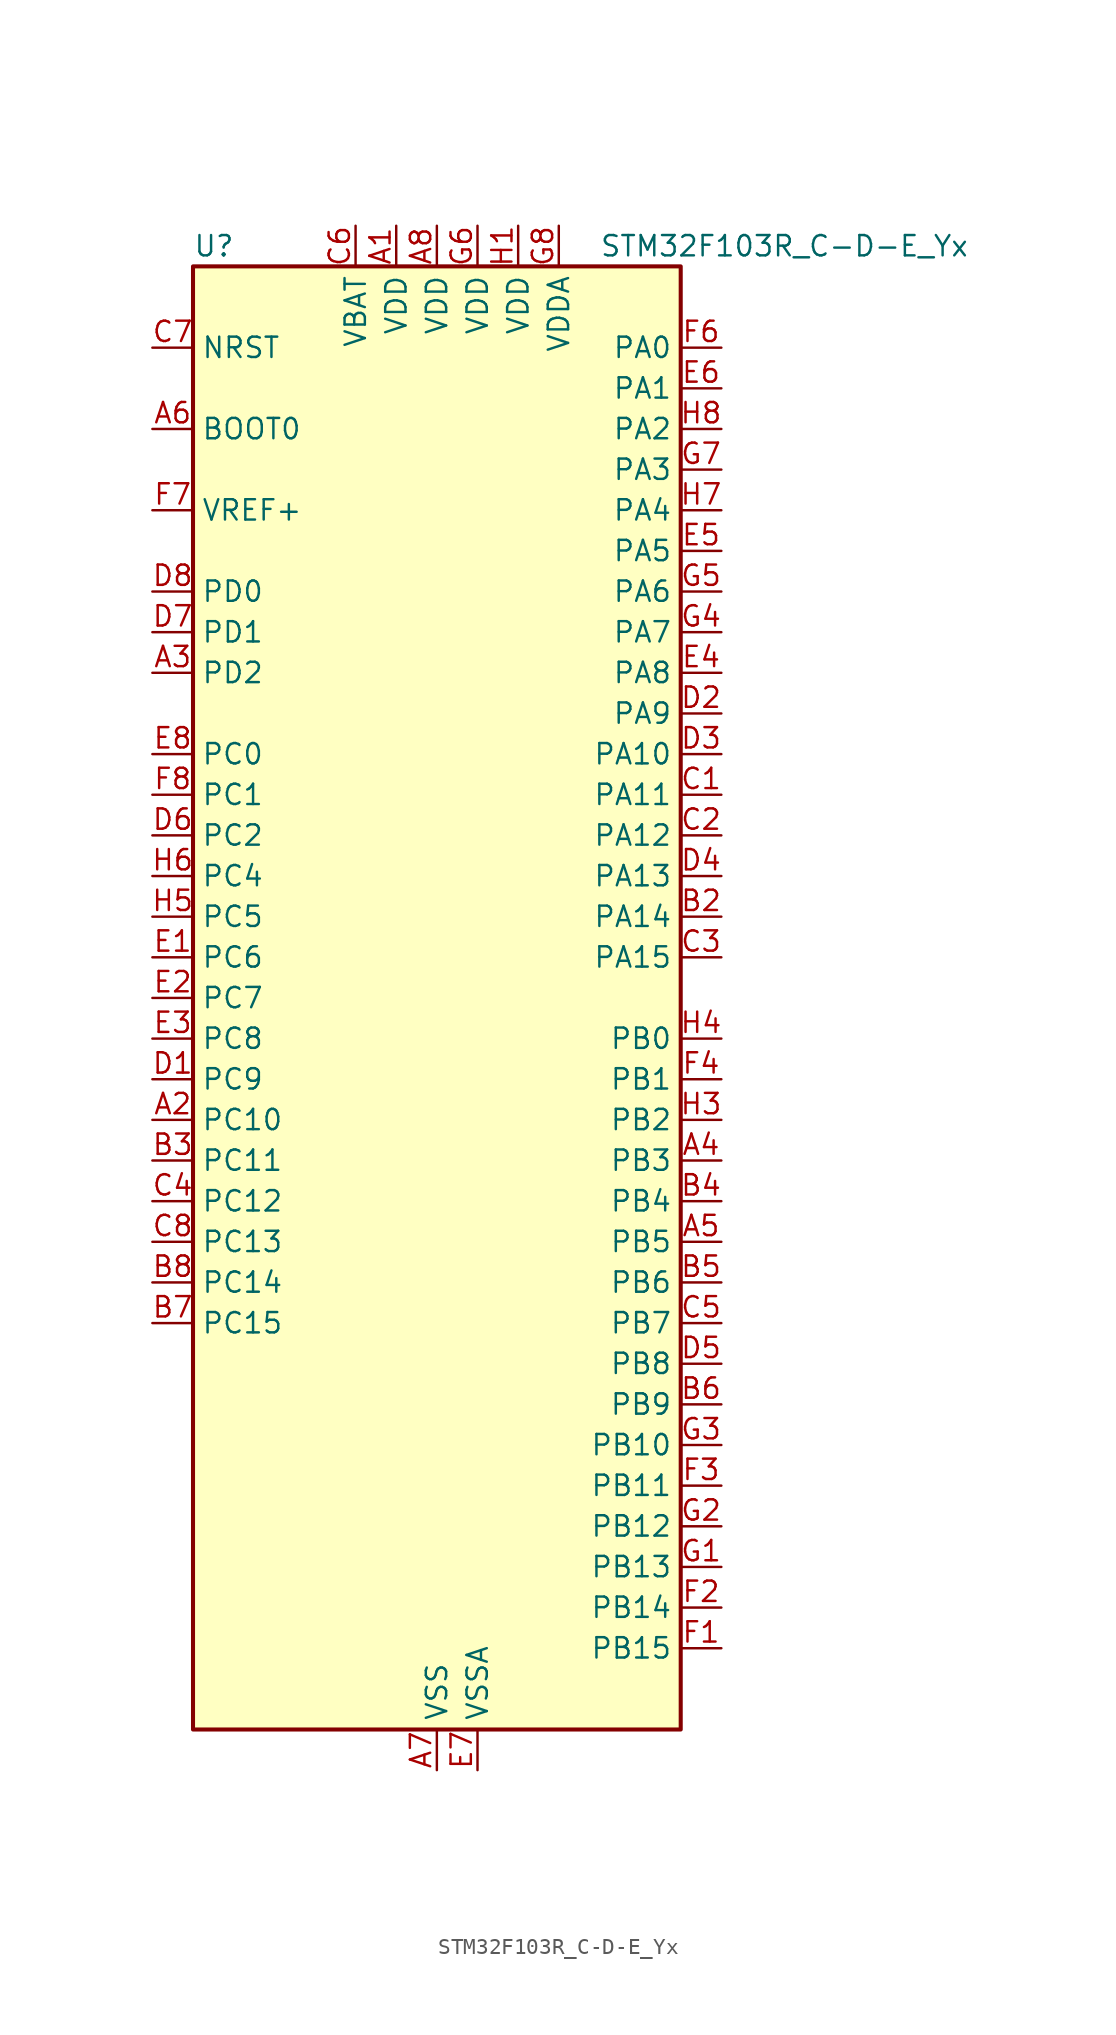
<source format=kicad_sym>
(kicad_symbol_lib
  (version 20241209)
  (generator "kicad_symbol_editor")
  (generator_version "9.0")
  (symbol "STM32F103R_C-D-E_Yx"
    (property "Reference" "U"
      (at -15.24 46.99 0)
      (effects (font (size 1.27 1.27)) (justify left)))
    (property "Value" "STM32F103R_C-D-E_Yx"
      (at 10.16 46.99 0)
      (effects (font (size 1.27 1.27)) (justify left)))
    (symbol "STM32F103R_C-D-E_Yx_0_1"
      (rectangle (start -15.24 -45.72) (end 15.24 45.72) (stroke (width 0.254) (type default)) (fill (type background))))
    (symbol "STM32F103R_C-D-E_Yx_1_1"
      (pin input line (at -17.78 40.64 0) (length 2.54) (name "NRST" (effects (font (size 1.27 1.27)))) (number "C7" (effects (font (size 1.27 1.27)))))
      (pin input line (at -17.78 35.56 0) (length 2.54) (name "BOOT0" (effects (font (size 1.27 1.27)))) (number "A6" (effects (font (size 1.27 1.27)))))
      (pin input line (at -17.78 30.48 0) (length 2.54) (name "VREF+" (effects (font (size 1.27 1.27)))) (number "F7" (effects (font (size 1.27 1.27)))))
      (pin bidirectional line (at -17.78 25.4 0) (length 2.54) (name "PD0" (effects (font (size 1.27 1.27)))) (number "D8" (effects (font (size 1.27 1.27)))) (alternate "RCC_OSC_IN" bidirectional line))
      (pin bidirectional line (at -17.78 22.86 0) (length 2.54) (name "PD1" (effects (font (size 1.27 1.27)))) (number "D7" (effects (font (size 1.27 1.27)))) (alternate "RCC_OSC_OUT" bidirectional line))
      (pin bidirectional line (at -17.78 20.32 0) (length 2.54) (name "PD2" (effects (font (size 1.27 1.27)))) (number "A3" (effects (font (size 1.27 1.27)))) (alternate "SDIO_CMD" bidirectional line) (alternate "TIM3_ETR" bidirectional line) (alternate "UART5_RX" bidirectional line))
      (pin bidirectional line (at -17.78 15.24 0) (length 2.54) (name "PC0" (effects (font (size 1.27 1.27)))) (number "E8" (effects (font (size 1.27 1.27)))) (alternate "ADC1_IN10" bidirectional line) (alternate "ADC2_IN10" bidirectional line) (alternate "ADC3_IN10" bidirectional line))
      (pin bidirectional line (at -17.78 12.7 0) (length 2.54) (name "PC1" (effects (font (size 1.27 1.27)))) (number "F8" (effects (font (size 1.27 1.27)))) (alternate "ADC1_IN11" bidirectional line) (alternate "ADC2_IN11" bidirectional line) (alternate "ADC3_IN11" bidirectional line))
      (pin bidirectional line (at -17.78 10.16 0) (length 2.54) (name "PC2" (effects (font (size 1.27 1.27)))) (number "D6" (effects (font (size 1.27 1.27)))) (alternate "ADC1_IN12" bidirectional line) (alternate "ADC2_IN12" bidirectional line) (alternate "ADC3_IN12" bidirectional line))
      (pin bidirectional line (at -17.78 7.62 0) (length 2.54) (name "PC4" (effects (font (size 1.27 1.27)))) (number "H6" (effects (font (size 1.27 1.27)))) (alternate "ADC1_IN14" bidirectional line) (alternate "ADC2_IN14" bidirectional line))
      (pin bidirectional line (at -17.78 5.08 0) (length 2.54) (name "PC5" (effects (font (size 1.27 1.27)))) (number "H5" (effects (font (size 1.27 1.27)))) (alternate "ADC1_IN15" bidirectional line) (alternate "ADC2_IN15" bidirectional line))
      (pin bidirectional line (at -17.78 2.54 0) (length 2.54) (name "PC6" (effects (font (size 1.27 1.27)))) (number "E1" (effects (font (size 1.27 1.27)))) (alternate "I2S2_MCK" bidirectional line) (alternate "SDIO_D6" bidirectional line) (alternate "TIM3_CH1" bidirectional line) (alternate "TIM8_CH1" bidirectional line))
      (pin bidirectional line (at -17.78 0 0) (length 2.54) (name "PC7" (effects (font (size 1.27 1.27)))) (number "E2" (effects (font (size 1.27 1.27)))) (alternate "I2S3_MCK" bidirectional line) (alternate "SDIO_D7" bidirectional line) (alternate "TIM3_CH2" bidirectional line) (alternate "TIM8_CH2" bidirectional line))
      (pin bidirectional line (at -17.78 -2.54 0) (length 2.54) (name "PC8" (effects (font (size 1.27 1.27)))) (number "E3" (effects (font (size 1.27 1.27)))) (alternate "SDIO_D0" bidirectional line) (alternate "TIM3_CH3" bidirectional line) (alternate "TIM8_CH3" bidirectional line))
      (pin bidirectional line (at -17.78 -5.08 0) (length 2.54) (name "PC9" (effects (font (size 1.27 1.27)))) (number "D1" (effects (font (size 1.27 1.27)))) (alternate "DAC_EXTI9" bidirectional line) (alternate "SDIO_D1" bidirectional line) (alternate "TIM3_CH4" bidirectional line) (alternate "TIM8_CH4" bidirectional line))
      (pin bidirectional line (at -17.78 -7.62 0) (length 2.54) (name "PC10" (effects (font (size 1.27 1.27)))) (number "A2" (effects (font (size 1.27 1.27)))) (alternate "SDIO_D2" bidirectional line) (alternate "UART4_TX" bidirectional line) (alternate "USART3_TX" bidirectional line))
      (pin bidirectional line (at -17.78 -10.16 0) (length 2.54) (name "PC11" (effects (font (size 1.27 1.27)))) (number "B3" (effects (font (size 1.27 1.27)))) (alternate "ADC1_EXTI11" bidirectional line) (alternate "ADC2_EXTI11" bidirectional line) (alternate "SDIO_D3" bidirectional line) (alternate "UART4_RX" bidirectional line) (alternate "USART3_RX" bidirectional line))
      (pin bidirectional line (at -17.78 -12.7 0) (length 2.54) (name "PC12" (effects (font (size 1.27 1.27)))) (number "C4" (effects (font (size 1.27 1.27)))) (alternate "SDIO_CK" bidirectional line) (alternate "UART5_TX" bidirectional line) (alternate "USART3_CK" bidirectional line))
      (pin bidirectional line (at -17.78 -15.24 0) (length 2.54) (name "PC13" (effects (font (size 1.27 1.27)))) (number "C8" (effects (font (size 1.27 1.27)))) (alternate "RTC_OUT" bidirectional line) (alternate "RTC_TAMPER" bidirectional line))
      (pin bidirectional line (at -17.78 -17.78 0) (length 2.54) (name "PC14" (effects (font (size 1.27 1.27)))) (number "B8" (effects (font (size 1.27 1.27)))) (alternate "RCC_OSC32_IN" bidirectional line))
      (pin bidirectional line (at -17.78 -20.32 0) (length 2.54) (name "PC15" (effects (font (size 1.27 1.27)))) (number "B7" (effects (font (size 1.27 1.27)))) (alternate "ADC1_EXTI15" bidirectional line) (alternate "ADC2_EXTI15" bidirectional line) (alternate "RCC_OSC32_OUT" bidirectional line))
      (pin power_in line (at -5.08 48.26 270) (length 2.54) (name "VBAT" (effects (font (size 1.27 1.27)))) (number "C6" (effects (font (size 1.27 1.27)))))
      (pin power_in line (at -2.54 48.26 270) (length 2.54) (name "VDD" (effects (font (size 1.27 1.27)))) (number "A1" (effects (font (size 1.27 1.27)))))
      (pin power_in line (at 0 48.26 270) (length 2.54) (name "VDD" (effects (font (size 1.27 1.27)))) (number "A8" (effects (font (size 1.27 1.27)))))
      (pin power_in line (at 0 -48.26 90) (length 2.54) (name "VSS" (effects (font (size 1.27 1.27)))) (number "A7" (effects (font (size 1.27 1.27)))))
      (pin passive line (at 0 -48.26 90) (length 2.54) (hide yes) (name "VSS" (effects (font (size 1.27 1.27)))) (number "B1" (effects (font (size 1.27 1.27)))))
      (pin passive line (at 0 -48.26 90) (length 2.54) (hide yes) (name "VSS" (effects (font (size 1.27 1.27)))) (number "F5" (effects (font (size 1.27 1.27)))))
      (pin passive line (at 0 -48.26 90) (length 2.54) (hide yes) (name "VSS" (effects (font (size 1.27 1.27)))) (number "H2" (effects (font (size 1.27 1.27)))))
      (pin power_in line (at 2.54 48.26 270) (length 2.54) (name "VDD" (effects (font (size 1.27 1.27)))) (number "G6" (effects (font (size 1.27 1.27)))))
      (pin power_in line (at 2.54 -48.26 90) (length 2.54) (name "VSSA" (effects (font (size 1.27 1.27)))) (number "E7" (effects (font (size 1.27 1.27)))))
      (pin power_in line (at 5.08 48.26 270) (length 2.54) (name "VDD" (effects (font (size 1.27 1.27)))) (number "H1" (effects (font (size 1.27 1.27)))))
      (pin power_in line (at 7.62 48.26 270) (length 2.54) (name "VDDA" (effects (font (size 1.27 1.27)))) (number "G8" (effects (font (size 1.27 1.27)))))
      (pin bidirectional line (at 17.78 40.64 180) (length 2.54) (name "PA0" (effects (font (size 1.27 1.27)))) (number "F6" (effects (font (size 1.27 1.27)))) (alternate "ADC1_IN0" bidirectional line) (alternate "ADC2_IN0" bidirectional line) (alternate "ADC3_IN0" bidirectional line) (alternate "SYS_WKUP" bidirectional line) (alternate "TIM2_CH1" bidirectional line) (alternate "TIM2_ETR" bidirectional line) (alternate "TIM5_CH1" bidirectional line) (alternate "TIM8_ETR" bidirectional line) (alternate "USART2_CTS" bidirectional line))
      (pin bidirectional line (at 17.78 38.1 180) (length 2.54) (name "PA1" (effects (font (size 1.27 1.27)))) (number "E6" (effects (font (size 1.27 1.27)))) (alternate "ADC1_IN1" bidirectional line) (alternate "ADC2_IN1" bidirectional line) (alternate "ADC3_IN1" bidirectional line) (alternate "TIM2_CH2" bidirectional line) (alternate "TIM5_CH2" bidirectional line) (alternate "USART2_RTS" bidirectional line))
      (pin bidirectional line (at 17.78 35.56 180) (length 2.54) (name "PA2" (effects (font (size 1.27 1.27)))) (number "H8" (effects (font (size 1.27 1.27)))) (alternate "ADC1_IN2" bidirectional line) (alternate "ADC2_IN2" bidirectional line) (alternate "ADC3_IN2" bidirectional line) (alternate "TIM2_CH3" bidirectional line) (alternate "TIM5_CH3" bidirectional line) (alternate "USART2_TX" bidirectional line))
      (pin bidirectional line (at 17.78 33.02 180) (length 2.54) (name "PA3" (effects (font (size 1.27 1.27)))) (number "G7" (effects (font (size 1.27 1.27)))) (alternate "ADC1_IN3" bidirectional line) (alternate "ADC2_IN3" bidirectional line) (alternate "ADC3_IN3" bidirectional line) (alternate "TIM2_CH4" bidirectional line) (alternate "TIM5_CH4" bidirectional line) (alternate "USART2_RX" bidirectional line))
      (pin bidirectional line (at 17.78 30.48 180) (length 2.54) (name "PA4" (effects (font (size 1.27 1.27)))) (number "H7" (effects (font (size 1.27 1.27)))) (alternate "ADC1_IN4" bidirectional line) (alternate "ADC2_IN4" bidirectional line) (alternate "DAC_OUT1" bidirectional line) (alternate "SPI1_NSS" bidirectional line) (alternate "USART2_CK" bidirectional line))
      (pin bidirectional line (at 17.78 27.94 180) (length 2.54) (name "PA5" (effects (font (size 1.27 1.27)))) (number "E5" (effects (font (size 1.27 1.27)))) (alternate "ADC1_IN5" bidirectional line) (alternate "ADC2_IN5" bidirectional line) (alternate "DAC_OUT2" bidirectional line) (alternate "SPI1_SCK" bidirectional line))
      (pin bidirectional line (at 17.78 25.4 180) (length 2.54) (name "PA6" (effects (font (size 1.27 1.27)))) (number "G5" (effects (font (size 1.27 1.27)))) (alternate "ADC1_IN6" bidirectional line) (alternate "ADC2_IN6" bidirectional line) (alternate "SPI1_MISO" bidirectional line) (alternate "TIM1_BKIN" bidirectional line) (alternate "TIM3_CH1" bidirectional line) (alternate "TIM8_BKIN" bidirectional line))
      (pin bidirectional line (at 17.78 22.86 180) (length 2.54) (name "PA7" (effects (font (size 1.27 1.27)))) (number "G4" (effects (font (size 1.27 1.27)))) (alternate "ADC1_IN7" bidirectional line) (alternate "ADC2_IN7" bidirectional line) (alternate "SPI1_MOSI" bidirectional line) (alternate "TIM1_CH1N" bidirectional line) (alternate "TIM3_CH2" bidirectional line) (alternate "TIM8_CH1N" bidirectional line))
      (pin bidirectional line (at 17.78 20.32 180) (length 2.54) (name "PA8" (effects (font (size 1.27 1.27)))) (number "E4" (effects (font (size 1.27 1.27)))) (alternate "RCC_MCO" bidirectional line) (alternate "TIM1_CH1" bidirectional line) (alternate "USART1_CK" bidirectional line))
      (pin bidirectional line (at 17.78 17.78 180) (length 2.54) (name "PA9" (effects (font (size 1.27 1.27)))) (number "D2" (effects (font (size 1.27 1.27)))) (alternate "DAC_EXTI9" bidirectional line) (alternate "TIM1_CH2" bidirectional line) (alternate "USART1_TX" bidirectional line))
      (pin bidirectional line (at 17.78 15.24 180) (length 2.54) (name "PA10" (effects (font (size 1.27 1.27)))) (number "D3" (effects (font (size 1.27 1.27)))) (alternate "TIM1_CH3" bidirectional line) (alternate "USART1_RX" bidirectional line))
      (pin bidirectional line (at 17.78 12.7 180) (length 2.54) (name "PA11" (effects (font (size 1.27 1.27)))) (number "C1" (effects (font (size 1.27 1.27)))) (alternate "ADC1_EXTI11" bidirectional line) (alternate "ADC2_EXTI11" bidirectional line) (alternate "CAN_RX" bidirectional line) (alternate "TIM1_CH4" bidirectional line) (alternate "USART1_CTS" bidirectional line) (alternate "USB_DM" bidirectional line))
      (pin bidirectional line (at 17.78 10.16 180) (length 2.54) (name "PA12" (effects (font (size 1.27 1.27)))) (number "C2" (effects (font (size 1.27 1.27)))) (alternate "CAN_TX" bidirectional line) (alternate "TIM1_ETR" bidirectional line) (alternate "USART1_RTS" bidirectional line) (alternate "USB_DP" bidirectional line))
      (pin bidirectional line (at 17.78 7.62 180) (length 2.54) (name "PA13" (effects (font (size 1.27 1.27)))) (number "D4" (effects (font (size 1.27 1.27)))) (alternate "SYS_JTMS-SWDIO" bidirectional line))
      (pin bidirectional line (at 17.78 5.08 180) (length 2.54) (name "PA14" (effects (font (size 1.27 1.27)))) (number "B2" (effects (font (size 1.27 1.27)))) (alternate "SYS_JTCK-SWCLK" bidirectional line))
      (pin bidirectional line (at 17.78 2.54 180) (length 2.54) (name "PA15" (effects (font (size 1.27 1.27)))) (number "C3" (effects (font (size 1.27 1.27)))) (alternate "ADC1_EXTI15" bidirectional line) (alternate "ADC2_EXTI15" bidirectional line) (alternate "I2S3_WS" bidirectional line) (alternate "SPI1_NSS" bidirectional line) (alternate "SPI3_NSS" bidirectional line) (alternate "SYS_JTDI" bidirectional line) (alternate "TIM2_CH1" bidirectional line) (alternate "TIM2_ETR" bidirectional line))
      (pin bidirectional line (at 17.78 -2.54 180) (length 2.54) (name "PB0" (effects (font (size 1.27 1.27)))) (number "H4" (effects (font (size 1.27 1.27)))) (alternate "ADC1_IN8" bidirectional line) (alternate "ADC2_IN8" bidirectional line) (alternate "TIM1_CH2N" bidirectional line) (alternate "TIM3_CH3" bidirectional line) (alternate "TIM8_CH2N" bidirectional line))
      (pin bidirectional line (at 17.78 -5.08 180) (length 2.54) (name "PB1" (effects (font (size 1.27 1.27)))) (number "F4" (effects (font (size 1.27 1.27)))) (alternate "ADC1_IN9" bidirectional line) (alternate "ADC2_IN9" bidirectional line) (alternate "TIM1_CH3N" bidirectional line) (alternate "TIM3_CH4" bidirectional line) (alternate "TIM8_CH3N" bidirectional line))
      (pin bidirectional line (at 17.78 -7.62 180) (length 2.54) (name "PB2" (effects (font (size 1.27 1.27)))) (number "H3" (effects (font (size 1.27 1.27)))))
      (pin bidirectional line (at 17.78 -10.16 180) (length 2.54) (name "PB3" (effects (font (size 1.27 1.27)))) (number "A4" (effects (font (size 1.27 1.27)))) (alternate "I2S3_CK" bidirectional line) (alternate "SPI1_SCK" bidirectional line) (alternate "SPI3_SCK" bidirectional line) (alternate "SYS_JTDO-TRACESWO" bidirectional line) (alternate "TIM2_CH2" bidirectional line))
      (pin bidirectional line (at 17.78 -12.7 180) (length 2.54) (name "PB4" (effects (font (size 1.27 1.27)))) (number "B4" (effects (font (size 1.27 1.27)))) (alternate "SPI1_MISO" bidirectional line) (alternate "SPI3_MISO" bidirectional line) (alternate "SYS_NJTRST" bidirectional line) (alternate "TIM3_CH1" bidirectional line))
      (pin bidirectional line (at 17.78 -15.24 180) (length 2.54) (name "PB5" (effects (font (size 1.27 1.27)))) (number "A5" (effects (font (size 1.27 1.27)))) (alternate "I2C1_SMBA" bidirectional line) (alternate "I2S3_SD" bidirectional line) (alternate "SPI1_MOSI" bidirectional line) (alternate "SPI3_MOSI" bidirectional line) (alternate "TIM3_CH2" bidirectional line))
      (pin bidirectional line (at 17.78 -17.78 180) (length 2.54) (name "PB6" (effects (font (size 1.27 1.27)))) (number "B5" (effects (font (size 1.27 1.27)))) (alternate "I2C1_SCL" bidirectional line) (alternate "TIM4_CH1" bidirectional line) (alternate "USART1_TX" bidirectional line))
      (pin bidirectional line (at 17.78 -20.32 180) (length 2.54) (name "PB7" (effects (font (size 1.27 1.27)))) (number "C5" (effects (font (size 1.27 1.27)))) (alternate "I2C1_SDA" bidirectional line) (alternate "TIM4_CH2" bidirectional line) (alternate "USART1_RX" bidirectional line))
      (pin bidirectional line (at 17.78 -22.86 180) (length 2.54) (name "PB8" (effects (font (size 1.27 1.27)))) (number "D5" (effects (font (size 1.27 1.27)))) (alternate "CAN_RX" bidirectional line) (alternate "I2C1_SCL" bidirectional line) (alternate "SDIO_D4" bidirectional line) (alternate "TIM4_CH3" bidirectional line))
      (pin bidirectional line (at 17.78 -25.4 180) (length 2.54) (name "PB9" (effects (font (size 1.27 1.27)))) (number "B6" (effects (font (size 1.27 1.27)))) (alternate "CAN_TX" bidirectional line) (alternate "DAC_EXTI9" bidirectional line) (alternate "I2C1_SDA" bidirectional line) (alternate "SDIO_D5" bidirectional line) (alternate "TIM4_CH4" bidirectional line))
      (pin bidirectional line (at 17.78 -27.94 180) (length 2.54) (name "PB10" (effects (font (size 1.27 1.27)))) (number "G3" (effects (font (size 1.27 1.27)))) (alternate "I2C2_SCL" bidirectional line) (alternate "TIM2_CH3" bidirectional line) (alternate "USART3_TX" bidirectional line))
      (pin bidirectional line (at 17.78 -30.48 180) (length 2.54) (name "PB11" (effects (font (size 1.27 1.27)))) (number "F3" (effects (font (size 1.27 1.27)))) (alternate "ADC1_EXTI11" bidirectional line) (alternate "ADC2_EXTI11" bidirectional line) (alternate "I2C2_SDA" bidirectional line) (alternate "TIM2_CH4" bidirectional line) (alternate "USART3_RX" bidirectional line))
      (pin bidirectional line (at 17.78 -33.02 180) (length 2.54) (name "PB12" (effects (font (size 1.27 1.27)))) (number "G2" (effects (font (size 1.27 1.27)))) (alternate "I2C2_SMBA" bidirectional line) (alternate "I2S2_WS" bidirectional line) (alternate "SPI2_NSS" bidirectional line) (alternate "TIM1_BKIN" bidirectional line) (alternate "USART3_CK" bidirectional line))
      (pin bidirectional line (at 17.78 -35.56 180) (length 2.54) (name "PB13" (effects (font (size 1.27 1.27)))) (number "G1" (effects (font (size 1.27 1.27)))) (alternate "I2S2_CK" bidirectional line) (alternate "SPI2_SCK" bidirectional line) (alternate "TIM1_CH1N" bidirectional line) (alternate "USART3_CTS" bidirectional line))
      (pin bidirectional line (at 17.78 -38.1 180) (length 2.54) (name "PB14" (effects (font (size 1.27 1.27)))) (number "F2" (effects (font (size 1.27 1.27)))) (alternate "SPI2_MISO" bidirectional line) (alternate "TIM1_CH2N" bidirectional line) (alternate "USART3_RTS" bidirectional line))
      (pin bidirectional line (at 17.78 -40.64 180) (length 2.54) (name "PB15" (effects (font (size 1.27 1.27)))) (number "F1" (effects (font (size 1.27 1.27)))) (alternate "ADC1_EXTI15" bidirectional line) (alternate "ADC2_EXTI15" bidirectional line) (alternate "I2S2_SD" bidirectional line) (alternate "SPI2_MOSI" bidirectional line) (alternate "TIM1_CH3N" bidirectional line)))))
</source>
